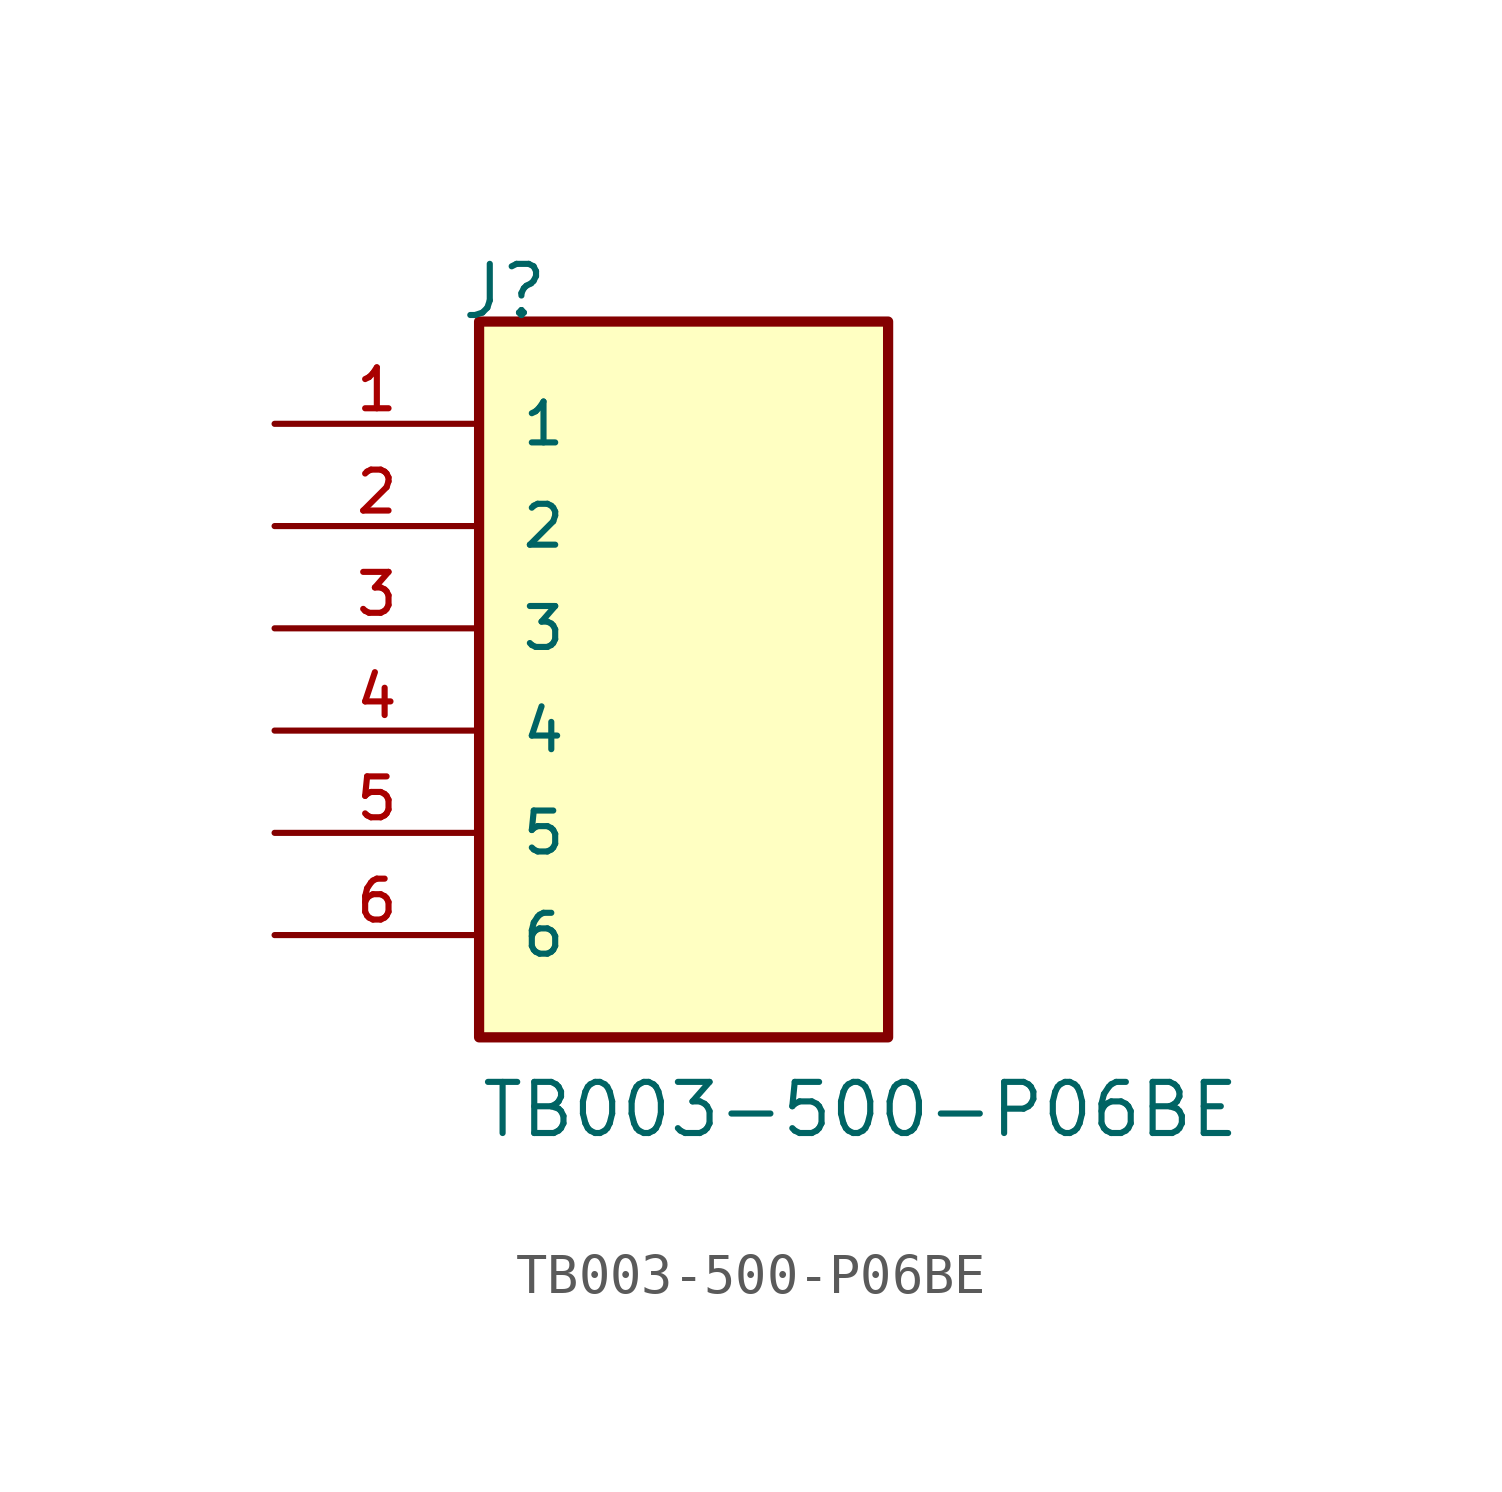
<source format=kicad_sym>
(kicad_symbol_lib
  (version 20211014)
  (generator kicad_symbol_editor)
  (symbol "TB003-500-P06BE"
    (pin_names
      (offset 1.016))
    (property "Reference" "J"
      (at -5.58 10.16 0)
      (effects (font (size 1.27 1.27)) (justify bottom left)))
    (property "Value" "TB003-500-P06BE"
      (at -5.08 -10.16 0)
      (effects (font (size 1.27 1.27)) (justify bottom left)))
    (symbol "TB003-500-P06BE_0_0"
      (rectangle (start -5.08 -7.62) (end 5.08 10.16) (stroke (width 0.254)) (fill (type background)))
      (pin passive line (at -10.16 7.62 0) (length 5.08) (name "1" (effects (font (size 1.016 1.016)))) (number "1" (effects (font (size 1.016 1.016)))))
      (pin passive line (at -10.16 5.08 0) (length 5.08) (name "2" (effects (font (size 1.016 1.016)))) (number "2" (effects (font (size 1.016 1.016)))))
      (pin passive line (at -10.16 2.54 0) (length 5.08) (name "3" (effects (font (size 1.016 1.016)))) (number "3" (effects (font (size 1.016 1.016)))))
      (pin passive line (at -10.16 0.0 0) (length 5.08) (name "4" (effects (font (size 1.016 1.016)))) (number "4" (effects (font (size 1.016 1.016)))))
      (pin passive line (at -10.16 -2.54 0) (length 5.08) (name "5" (effects (font (size 1.016 1.016)))) (number "5" (effects (font (size 1.016 1.016)))))
      (pin passive line (at -10.16 -5.08 0) (length 5.08) (name "6" (effects (font (size 1.016 1.016)))) (number "6" (effects (font (size 1.016 1.016))))))))
</source>
